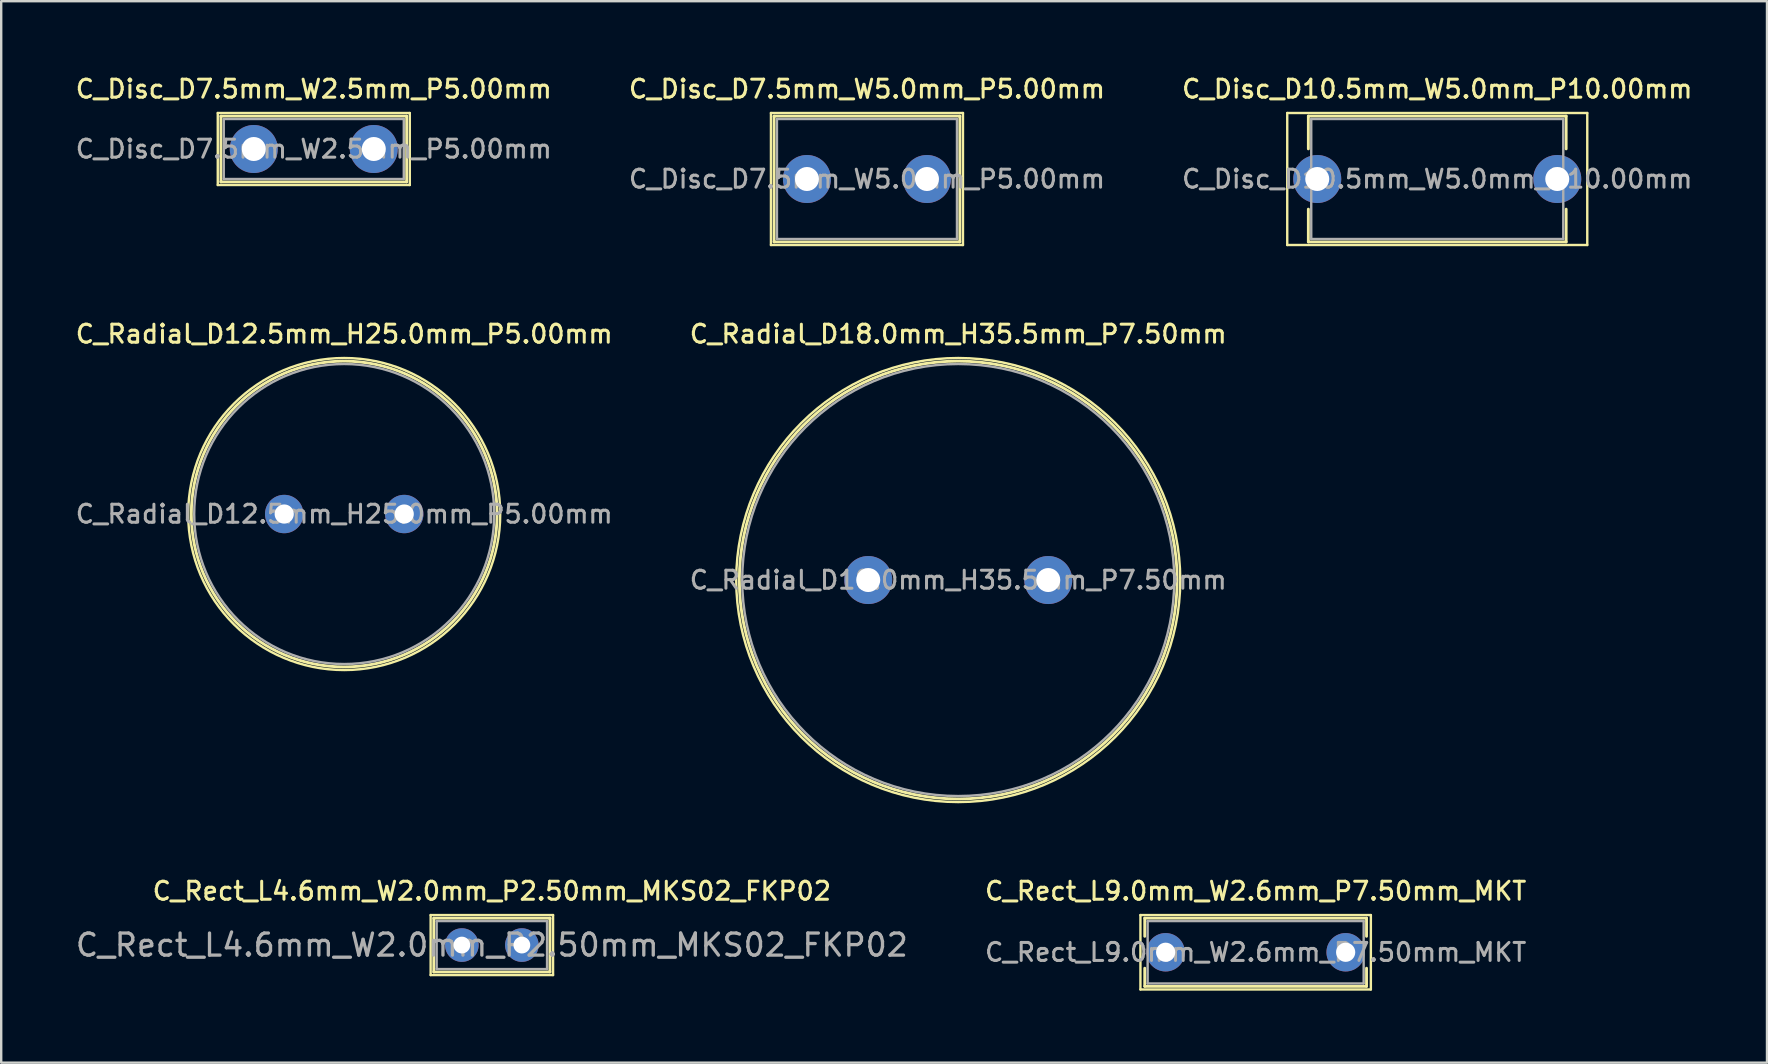
<source format=kicad_pcb>
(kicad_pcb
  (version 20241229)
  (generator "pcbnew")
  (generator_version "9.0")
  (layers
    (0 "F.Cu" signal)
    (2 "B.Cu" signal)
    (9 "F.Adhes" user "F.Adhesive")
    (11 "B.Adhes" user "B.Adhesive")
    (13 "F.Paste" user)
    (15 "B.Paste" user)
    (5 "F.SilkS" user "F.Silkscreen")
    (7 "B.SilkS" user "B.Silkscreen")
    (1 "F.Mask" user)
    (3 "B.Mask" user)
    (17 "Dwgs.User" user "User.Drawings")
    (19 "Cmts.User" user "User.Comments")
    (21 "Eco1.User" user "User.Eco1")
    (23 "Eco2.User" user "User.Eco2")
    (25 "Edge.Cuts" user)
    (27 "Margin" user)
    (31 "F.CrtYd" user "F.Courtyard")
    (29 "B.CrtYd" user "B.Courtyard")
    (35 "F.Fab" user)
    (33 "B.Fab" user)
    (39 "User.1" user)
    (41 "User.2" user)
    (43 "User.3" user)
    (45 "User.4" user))
  (footprint "C_Disc_D10.5mm_W5.0mm_P10.00mm"
    (layer "F.Cu")
    (at 51.83 4.408)
    (property "Reference" "C_Disc_D10.5mm_W5.0mm_P10.00mm" (at 5 -3.75 0) (layer "F.SilkS") (effects (font (size 0.75 0.75) (thickness 0.125))))
    (attr through_hole)
    (fp_line (start -1.25 -2.75) (end -1.25 2.75) (stroke (width 0.1) (type solid)) (layer "F.SilkS"))
    (fp_line (start -1.25 2.75) (end 11.25 2.75) (stroke (width 0.1) (type solid)) (layer "F.SilkS"))
    (fp_line (start -0.37 -2.62) (end -0.37 -1.256) (stroke (width 0.12) (type solid)) (layer "F.SilkS"))
    (fp_line (start -0.37 -2.62) (end 10.37 -2.62) (stroke (width 0.12) (type solid)) (layer "F.SilkS"))
    (fp_line (start -0.37 1.256) (end -0.37 2.62) (stroke (width 0.12) (type solid)) (layer "F.SilkS"))
    (fp_line (start -0.37 2.62) (end 10.37 2.62) (stroke (width 0.12) (type solid)) (layer "F.SilkS"))
    (fp_line (start 10.37 -2.62) (end 10.37 -1.256) (stroke (width 0.12) (type solid)) (layer "F.SilkS"))
    (fp_line (start 10.37 1.256) (end 10.37 2.62) (stroke (width 0.12) (type solid)) (layer "F.SilkS"))
    (fp_line (start 11.25 -2.75) (end -1.25 -2.75) (stroke (width 0.1) (type solid)) (layer "F.SilkS"))
    (fp_line (start 11.25 2.75) (end 11.25 -2.75) (stroke (width 0.1) (type solid)) (layer "F.SilkS"))
    (fp_line (start -0.25 -2.5) (end -0.25 2.5) (stroke (width 0.1) (type solid)) (layer "F.Fab"))
    (fp_line (start -0.25 2.5) (end 10.25 2.5) (stroke (width 0.1) (type solid)) (layer "F.Fab"))
    (fp_line (start 10.25 -2.5) (end -0.25 -2.5) (stroke (width 0.1) (type solid)) (layer "F.Fab"))
    (fp_line (start 10.25 2.5) (end 10.25 -2.5) (stroke (width 0.1) (type solid)) (layer "F.Fab"))
    (fp_text user "${REFERENCE}" (at 5 0 0) (layer "F.Fab") (effects (font (size 0.75 0.75) (thickness 0.125))))
    (pad "1" thru_hole circle (at 0 0) (size 2 2) (drill 1) (layers "*.Cu" "*.Mask"))
    (pad "2" thru_hole circle (at 10 0) (size 2 2) (drill 1) (layers "*.Cu" "*.Mask")))
  (footprint "C_Radial_D12.5mm_H25.0mm_P5.00mm"
    (layer "F.Cu")
    (at 8.791 18.366)
    (property "Reference" "C_Radial_D12.5mm_H25.0mm_P5.00mm" (at 2.5 -7.5 0) (layer "F.SilkS") (effects (font (size 0.75 0.75) (thickness 0.125))))
    (attr through_hole)
    (fp_circle (center 2.5 0) (end 8.87 0) (stroke (width 0.12) (type solid)) (fill no) (layer "F.SilkS"))
    (fp_circle (center 2.5 0) (end 9 0) (stroke (width 0.1) (type solid)) (fill no) (layer "F.SilkS"))
    (fp_circle (center 2.5 0) (end 8.75 0) (stroke (width 0.1) (type solid)) (fill no) (layer "F.Fab"))
    (fp_text user "${REFERENCE}" (at 2.5 0 0) (layer "F.Fab") (effects (font (size 0.75 0.75) (thickness 0.125))))
    (pad "1" thru_hole circle (at 0 0) (size 1.6 1.6) (drill 0.8) (layers "*.Cu" "*.Mask"))
    (pad "2" thru_hole circle (at 5 0) (size 1.6 1.6) (drill 0.8) (layers "*.Cu" "*.Mask")))
  (footprint "C_Disc_D7.5mm_W2.5mm_P5.00mm"
    (layer "F.Cu")
    (at 7.523 3.158)
    (property "Reference" "C_Disc_D7.5mm_W2.5mm_P5.00mm" (at 2.5 -2.5 0) (layer "F.SilkS") (effects (font (size 0.75 0.75) (thickness 0.125))))
    (attr through_hole)
    (fp_line (start -1.5 -1.5) (end -1.5 1.5) (stroke (width 0.1) (type solid)) (layer "F.SilkS"))
    (fp_line (start -1.5 1.5) (end 6.5 1.5) (stroke (width 0.1) (type solid)) (layer "F.SilkS"))
    (fp_line (start -1.37 -1.37) (end -1.37 1.37) (stroke (width 0.12) (type solid)) (layer "F.SilkS"))
    (fp_line (start -1.37 -1.37) (end 6.37 -1.37) (stroke (width 0.12) (type solid)) (layer "F.SilkS"))
    (fp_line (start -1.37 1.37) (end 6.37 1.37) (stroke (width 0.12) (type solid)) (layer "F.SilkS"))
    (fp_line (start 6.37 -1.37) (end 6.37 1.37) (stroke (width 0.12) (type solid)) (layer "F.SilkS"))
    (fp_line (start 6.5 -1.5) (end -1.5 -1.5) (stroke (width 0.1) (type solid)) (layer "F.SilkS"))
    (fp_line (start 6.5 1.5) (end 6.5 -1.5) (stroke (width 0.1) (type solid)) (layer "F.SilkS"))
    (fp_line (start -1.25 -1.25) (end -1.25 1.25) (stroke (width 0.1) (type solid)) (layer "F.Fab"))
    (fp_line (start -1.25 1.25) (end 6.25 1.25) (stroke (width 0.1) (type solid)) (layer "F.Fab"))
    (fp_line (start 6.25 -1.25) (end -1.25 -1.25) (stroke (width 0.1) (type solid)) (layer "F.Fab"))
    (fp_line (start 6.25 1.25) (end 6.25 -1.25) (stroke (width 0.1) (type solid)) (layer "F.Fab"))
    (fp_text user "${REFERENCE}" (at 2.5 0 0) (layer "F.Fab") (effects (font (size 0.75 0.75) (thickness 0.125))))
    (pad "1" thru_hole circle (at 0 0) (size 2 2) (drill 1) (layers "*.Cu" "*.Mask"))
    (pad "2" thru_hole circle (at 5 0) (size 2 2) (drill 1) (layers "*.Cu" "*.Mask")))
  (footprint "C_Disc_D7.5mm_W5.0mm_P5.00mm"
    (layer "F.Cu")
    (at 30.57 4.408)
    (property "Reference" "C_Disc_D7.5mm_W5.0mm_P5.00mm" (at 2.5 -3.75 0) (layer "F.SilkS") (effects (font (size 0.75 0.75) (thickness 0.125))))
    (attr through_hole)
    (fp_line (start -1.5 -2.75) (end -1.5 2.75) (stroke (width 0.1) (type solid)) (layer "F.SilkS"))
    (fp_line (start -1.5 2.75) (end 6.5 2.75) (stroke (width 0.1) (type solid)) (layer "F.SilkS"))
    (fp_line (start -1.37 -2.62) (end -1.37 2.62) (stroke (width 0.12) (type solid)) (layer "F.SilkS"))
    (fp_line (start -1.37 -2.62) (end 6.37 -2.62) (stroke (width 0.12) (type solid)) (layer "F.SilkS"))
    (fp_line (start -1.37 2.62) (end 6.37 2.62) (stroke (width 0.12) (type solid)) (layer "F.SilkS"))
    (fp_line (start 6.37 -2.62) (end 6.37 2.62) (stroke (width 0.12) (type solid)) (layer "F.SilkS"))
    (fp_line (start 6.5 -2.75) (end -1.5 -2.75) (stroke (width 0.1) (type solid)) (layer "F.SilkS"))
    (fp_line (start 6.5 2.75) (end 6.5 -2.75) (stroke (width 0.1) (type solid)) (layer "F.SilkS"))
    (fp_line (start -1.25 -2.5) (end -1.25 2.5) (stroke (width 0.1) (type solid)) (layer "F.Fab"))
    (fp_line (start -1.25 2.5) (end 6.25 2.5) (stroke (width 0.1) (type solid)) (layer "F.Fab"))
    (fp_line (start 6.25 -2.5) (end -1.25 -2.5) (stroke (width 0.1) (type solid)) (layer "F.Fab"))
    (fp_line (start 6.25 2.5) (end 6.25 -2.5) (stroke (width 0.1) (type solid)) (layer "F.Fab"))
    (fp_text user "${REFERENCE}" (at 2.5 0 0) (layer "F.Fab") (effects (font (size 0.75 0.75) (thickness 0.125))))
    (pad "1" thru_hole circle (at 0 0) (size 2 2) (drill 1) (layers "*.Cu" "*.Mask"))
    (pad "2" thru_hole circle (at 5 0) (size 2 2) (drill 1) (layers "*.Cu" "*.Mask")))
  (footprint "C_Rect_L4.6mm_W2.0mm_P2.50mm_MKS02_FKP02"
    (layer "F.Cu")
    (at 16.192 36.324)
    (property "Reference" "C_Rect_L4.6mm_W2.0mm_P2.50mm_MKS02_FKP02" (at 1.25 -2.25 0) (layer "F.SilkS") (effects (font (size 0.75 0.75) (thickness 0.125))))
    (attr through_hole)
    (fp_line (start -1.3 -1.25) (end -1.3 1.25) (stroke (width 0.1) (type solid)) (layer "F.SilkS"))
    (fp_line (start -1.3 1.25) (end 3.8 1.25) (stroke (width 0.1) (type solid)) (layer "F.SilkS"))
    (fp_line (start -1.17 -1.12) (end -1.17 1.12) (stroke (width 0.12) (type solid)) (layer "F.SilkS"))
    (fp_line (start -1.17 -1.12) (end 3.67 -1.12) (stroke (width 0.12) (type solid)) (layer "F.SilkS"))
    (fp_line (start -1.17 1.12) (end 3.67 1.12) (stroke (width 0.12) (type solid)) (layer "F.SilkS"))
    (fp_line (start 3.67 -1.12) (end 3.67 1.12) (stroke (width 0.12) (type solid)) (layer "F.SilkS"))
    (fp_line (start 3.8 -1.25) (end -1.3 -1.25) (stroke (width 0.1) (type solid)) (layer "F.SilkS"))
    (fp_line (start 3.8 1.25) (end 3.8 -1.25) (stroke (width 0.1) (type solid)) (layer "F.SilkS"))
    (fp_line (start -1.05 -1) (end -1.05 1) (stroke (width 0.1) (type solid)) (layer "F.Fab"))
    (fp_line (start -1.05 1) (end 3.55 1) (stroke (width 0.1) (type solid)) (layer "F.Fab"))
    (fp_line (start 3.55 -1) (end -1.05 -1) (stroke (width 0.1) (type solid)) (layer "F.Fab"))
    (fp_line (start 3.55 1) (end 3.55 -1) (stroke (width 0.1) (type solid)) (layer "F.Fab"))
    (fp_text user "${REFERENCE}" (at 1.25 0 0) (layer "F.Fab") (effects (font (size 0.92 0.92) (thickness 0.138))))
    (pad "1" thru_hole circle (at 0 0) (size 1.4 1.4) (drill 0.7) (layers "*.Cu" "*.Mask"))
    (pad "2" thru_hole circle (at 2.5 0) (size 1.4 1.4) (drill 0.7) (layers "*.Cu" "*.Mask")))
  (footprint "C_Radial_D18.0mm_H35.5mm_P7.50mm"
    (layer "F.Cu")
    (at 33.123 21.116)
    (property "Reference" "C_Radial_D18.0mm_H35.5mm_P7.50mm" (at 3.75 -10.25 0) (layer "F.SilkS") (effects (font (size 0.75 0.75) (thickness 0.125))))
    (attr through_hole)
    (fp_circle (center 3.75 0) (end 12.87 0) (stroke (width 0.12) (type solid)) (fill no) (layer "F.SilkS"))
    (fp_circle (center 3.75 0) (end 13 0) (stroke (width 0.1) (type solid)) (fill no) (layer "F.SilkS"))
    (fp_circle (center 3.75 0) (end 12.75 0) (stroke (width 0.1) (type solid)) (fill no) (layer "F.Fab"))
    (fp_text user "${REFERENCE}" (at 3.75 0 0) (layer "F.Fab") (effects (font (size 0.75 0.75) (thickness 0.125))))
    (pad "1" thru_hole circle (at 0 0) (size 2 2) (drill 1) (layers "*.Cu" "*.Mask"))
    (pad "2" thru_hole circle (at 7.5 0) (size 2 2) (drill 1) (layers "*.Cu" "*.Mask")))
  (footprint "C_Rect_L9.0mm_W2.6mm_P7.50mm_MKT"
    (layer "F.Cu")
    (at 45.514 36.624)
    (property "Reference" "C_Rect_L9.0mm_W2.6mm_P7.50mm_MKT" (at 3.75 -2.55 0) (layer "F.SilkS") (effects (font (size 0.75 0.75) (thickness 0.125))))
    (attr through_hole)
    (fp_line (start -1.05 -1.55) (end -1.05 1.55) (stroke (width 0.1) (type solid)) (layer "F.SilkS"))
    (fp_line (start -1.05 1.55) (end 8.55 1.55) (stroke (width 0.1) (type solid)) (layer "F.SilkS"))
    (fp_line (start -0.87 -1.42) (end -0.87 -0.665) (stroke (width 0.12) (type solid)) (layer "F.SilkS"))
    (fp_line (start -0.87 -1.42) (end 8.37 -1.42) (stroke (width 0.12) (type solid)) (layer "F.SilkS"))
    (fp_line (start -0.87 0.665) (end -0.87 1.42) (stroke (width 0.12) (type solid)) (layer "F.SilkS"))
    (fp_line (start -0.87 1.42) (end 8.37 1.42) (stroke (width 0.12) (type solid)) (layer "F.SilkS"))
    (fp_line (start 8.37 -1.42) (end 8.37 -0.665) (stroke (width 0.12) (type solid)) (layer "F.SilkS"))
    (fp_line (start 8.37 0.665) (end 8.37 1.42) (stroke (width 0.12) (type solid)) (layer "F.SilkS"))
    (fp_line (start 8.55 -1.55) (end -1.05 -1.55) (stroke (width 0.1) (type solid)) (layer "F.SilkS"))
    (fp_line (start 8.55 1.55) (end 8.55 -1.55) (stroke (width 0.1) (type solid)) (layer "F.SilkS"))
    (fp_line (start -0.75 -1.3) (end -0.75 1.3) (stroke (width 0.1) (type solid)) (layer "F.Fab"))
    (fp_line (start -0.75 1.3) (end 8.25 1.3) (stroke (width 0.1) (type solid)) (layer "F.Fab"))
    (fp_line (start 8.25 -1.3) (end -0.75 -1.3) (stroke (width 0.1) (type solid)) (layer "F.Fab"))
    (fp_line (start 8.25 1.3) (end 8.25 -1.3) (stroke (width 0.1) (type solid)) (layer "F.Fab"))
    (fp_text user "${REFERENCE}" (at 3.75 0 0) (layer "F.Fab") (effects (font (size 0.75 0.75) (thickness 0.125))))
    (pad "1" thru_hole circle (at 0 0) (size 1.6 1.6) (drill 0.8) (layers "*.Cu" "*.Mask"))
    (pad "2" thru_hole circle (at 7.5 0) (size 1.6 1.6) (drill 0.8) (layers "*.Cu" "*.Mask")))
  (gr_rect
    (start -3 -3)
    (end 70.568 41.224)
    (stroke (width 0.1) (type default))
    (fill no)
    (layer "Edge.Cuts")))
</source>
